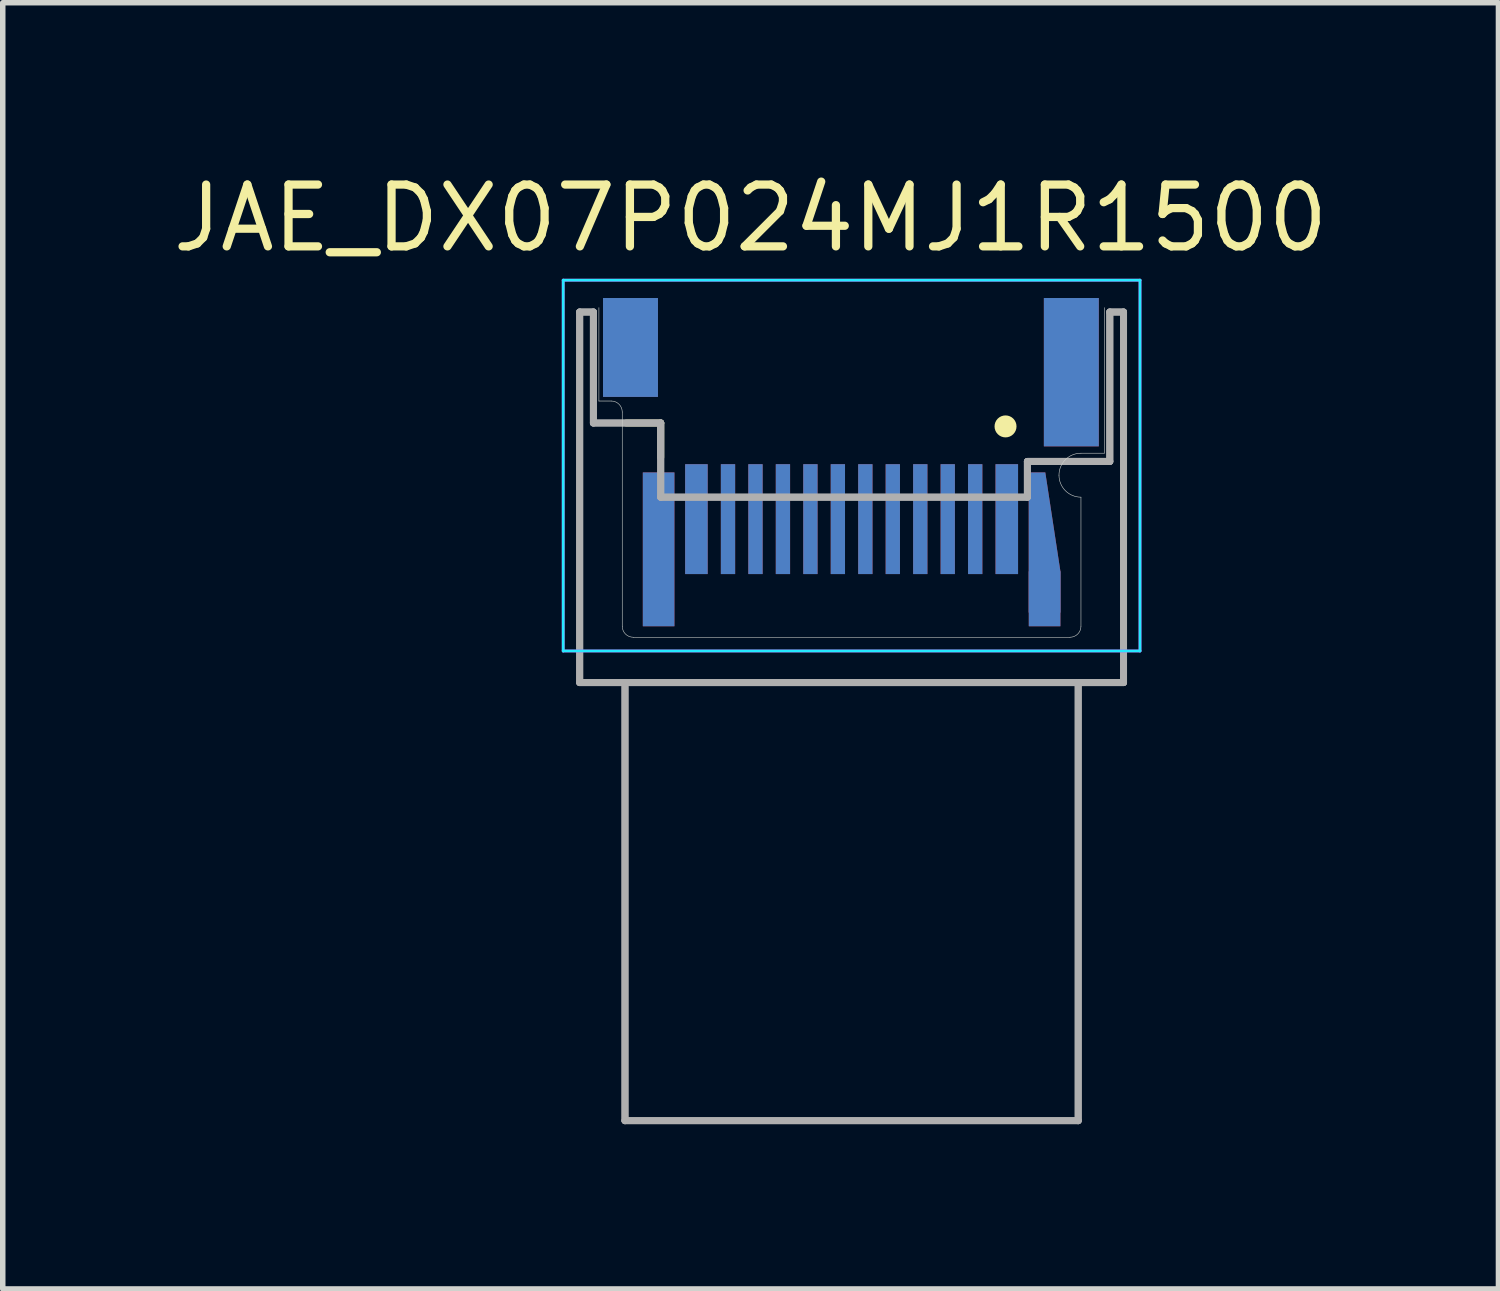
<source format=kicad_pcb>
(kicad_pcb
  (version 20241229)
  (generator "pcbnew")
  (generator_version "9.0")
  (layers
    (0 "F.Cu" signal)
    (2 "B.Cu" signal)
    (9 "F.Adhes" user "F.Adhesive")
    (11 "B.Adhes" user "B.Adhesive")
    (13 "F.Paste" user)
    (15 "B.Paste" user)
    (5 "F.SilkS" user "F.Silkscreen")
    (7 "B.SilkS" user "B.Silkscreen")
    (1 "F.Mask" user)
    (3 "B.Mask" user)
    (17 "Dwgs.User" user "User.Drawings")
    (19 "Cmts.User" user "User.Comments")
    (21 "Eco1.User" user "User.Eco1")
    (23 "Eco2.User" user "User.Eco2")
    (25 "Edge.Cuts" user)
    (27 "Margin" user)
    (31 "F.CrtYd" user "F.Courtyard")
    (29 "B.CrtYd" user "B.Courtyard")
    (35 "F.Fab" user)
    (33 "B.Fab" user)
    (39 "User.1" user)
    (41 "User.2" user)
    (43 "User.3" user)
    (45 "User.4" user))
  (footprint "JAE_DX07P024MJ1R1500"
    (layer "F.Cu")
    (at 12.452 8.55)
    (property "Reference" "JAE_DX07P024MJ1R1500" (at -1.839 -7.628 0) (layer "F.SilkS") (effects (font (size 1.125 1.125) (thickness 0.15))))
    (attr through_hole)
    (fp_poly (pts (xy 3.225 -0.45) (xy 3.225 -3) (xy 3.525 -3) (xy 3.8 -1.2) (xy 3.8 -0.45)) (stroke (width 0.001) (type solid)) (fill yes) (layer "F.Cu"))
    (fp_poly (pts (xy 3.9 -1.3) (xy 3.9 -1.2) (xy 3.125 -1.2) (xy 3.125 -3.125) (xy 3.55 -3.125)) (stroke (width 0.001) (type solid)) (fill yes) (layer "F.Mask"))
    (fp_poly (pts (xy 3.225 -0.45) (xy 3.225 -3) (xy 3.525 -3) (xy 3.8 -1.2) (xy 3.8 -0.45)) (stroke (width 0.001) (type solid)) (fill yes) (layer "B.Cu"))
    (fp_poly (pts (xy 3.9 -1.3) (xy 3.9 -1.2) (xy 3.125 -1.2) (xy 3.125 -3.125) (xy 3.55 -3.125)) (stroke (width 0.001) (type solid)) (fill yes) (layer "B.Mask"))
    (fp_line (start -4.1 -3.9) (end -3.475 -3.9) (stroke (width 0.127) (type solid)) (layer "F.SilkS"))
    (fp_line (start -3.475 -3.9) (end -3.475 -3.275) (stroke (width 0.127) (type solid)) (layer "F.SilkS"))
    (fp_circle (center 2.802 -3.838) (end 2.902 -3.838) (stroke (width 0.2) (type solid)) (fill no) (layer "F.SilkS"))
    (fp_poly (pts (xy 4.621 -1.443) (xy 4.621 -1.443) (xy 4.621 -1.443) (xy 4.621 -1.443) (xy 4.621 -1.443) (xy 4.621 -1.443) (xy 4.621 -1.443) (xy 4.621 -1.443) (xy 4.621 -1.443) (xy 4.621 -1.443) (xy 4.62 -1.443) (xy 4.62 -1.443) (xy 4.62 -1.443) (xy 4.62 -1.443) (xy 4.62 -1.443) (xy 4.62 -1.443) (xy 4.62 -1.443) (xy 4.62 -1.443) (xy 4.62 -1.443) (xy 4.62 -1.443) (xy 4.62 -1.442) (xy 4.62 -1.442) (xy 4.62 -1.442) (xy 4.62 -1.442) (xy 4.62 -1.442) (xy 4.62 -1.442) (xy 4.62 -1.442) (xy 4.62 -1.442) (xy 4.62 -1.442) (xy 4.62 -1.442) (xy 4.62 -1.442) (xy 4.621 -1.443)) (stroke (width 0.0001) (type solid)) (fill yes) (layer "F.Paste"))
    (fp_line (start -4.6 -6) (end -4.6 -4.3) (stroke (width 0.01) (type solid)) (layer "Edge.Cuts"))
    (fp_line (start -4.6 -4.3) (end -4.375 -4.3) (stroke (width 0.01) (type solid)) (layer "Edge.Cuts"))
    (fp_line (start -4.175 -4.1) (end -4.175 -0.2) (stroke (width 0.01) (type solid)) (layer "Edge.Cuts"))
    (fp_line (start -3.975 0) (end 3.975 0) (stroke (width 0.01) (type solid)) (layer "Edge.Cuts"))
    (fp_line (start 4.175 -3.35) (end 4.6 -3.35) (stroke (width 0.01) (type solid)) (layer "Edge.Cuts"))
    (fp_line (start 4.175 -0.2) (end 4.175 -2.55) (stroke (width 0.01) (type solid)) (layer "Edge.Cuts"))
    (fp_line (start 4.6 -3.35) (end 4.6 -6) (stroke (width 0.01) (type solid)) (layer "Edge.Cuts"))
    (fp_arc (start -4.374999 -4.300001) (mid -4.233578 -4.241422) (end -4.175 -4.1) (stroke (width 0.01) (type solid)) (layer "Edge.Cuts"))
    (fp_arc (start -3.975 0) (mid -4.116421 -0.058578) (end -4.174999 -0.199999) (stroke (width 0.01) (type solid)) (layer "Edge.Cuts"))
    (fp_arc (start 3.774998 -2.950002) (mid 3.892157 -3.232844) (end 4.175 -3.35) (stroke (width 0.01) (type solid)) (layer "Edge.Cuts"))
    (fp_arc (start 4.174998 -2.549998) (mid 3.892156 -2.667157) (end 3.775 -2.95) (stroke (width 0.01) (type solid)) (layer "Edge.Cuts"))
    (fp_arc (start 4.175 -0.2) (mid 4.116422 -0.058579) (end 3.975001 -0.000001) (stroke (width 0.01) (type solid)) (layer "Edge.Cuts"))
    (fp_line (start -5.25 -6.5) (end 5.25 -6.5) (stroke (width 0.05) (type solid)) (layer "B.CrtYd"))
    (fp_line (start -5.25 0.25) (end -5.25 -6.5) (stroke (width 0.05) (type solid)) (layer "B.CrtYd"))
    (fp_line (start 5.25 -6.5) (end 5.25 0.25) (stroke (width 0.05) (type solid)) (layer "B.CrtYd"))
    (fp_line (start 5.25 0.25) (end -5.25 0.25) (stroke (width 0.05) (type solid)) (layer "B.CrtYd"))
    (fp_line (start -5.25 -6.5) (end 5.25 -6.5) (stroke (width 0.05) (type solid)) (layer "F.CrtYd"))
    (fp_line (start -5.25 0.25) (end -5.25 -6.5) (stroke (width 0.05) (type solid)) (layer "F.CrtYd"))
    (fp_line (start 5.25 -6.5) (end 5.25 0.25) (stroke (width 0.05) (type solid)) (layer "F.CrtYd"))
    (fp_line (start 5.25 0.25) (end -5.25 0.25) (stroke (width 0.05) (type solid)) (layer "F.CrtYd"))
    (fp_line (start -4.95 -5.92) (end -4.7 -5.92) (stroke (width 0.127) (type solid)) (layer "F.Fab"))
    (fp_line (start -4.95 -5.92) (end -4.7 -5.92) (stroke (width 0.127) (type solid)) (layer "F.Fab"))
    (fp_line (start -4.95 0.825) (end -4.95 -5.92) (stroke (width 0.127) (type solid)) (layer "F.Fab"))
    (fp_line (start -4.95 0.825) (end -4.95 -5.92) (stroke (width 0.127) (type solid)) (layer "F.Fab"))
    (fp_line (start -4.7 -5.92) (end -4.7 -3.9) (stroke (width 0.127) (type solid)) (layer "F.Fab"))
    (fp_line (start -4.7 -5.92) (end -4.7 -3.9) (stroke (width 0.127) (type solid)) (layer "F.Fab"))
    (fp_line (start -4.7 -3.9) (end -3.475 -3.9) (stroke (width 0.127) (type solid)) (layer "F.Fab"))
    (fp_line (start -4.7 -3.9) (end -3.475 -3.9) (stroke (width 0.127) (type solid)) (layer "F.Fab"))
    (fp_line (start -4.125 0.9) (end -4.125 8.8) (stroke (width 0.127) (type solid)) (layer "F.Fab"))
    (fp_line (start -4.125 0.9) (end -4.125 8.8) (stroke (width 0.127) (type solid)) (layer "F.Fab"))
    (fp_line (start -4.125 8.8) (end 4.125 8.8) (stroke (width 0.127) (type solid)) (layer "F.Fab"))
    (fp_line (start -4.125 8.8) (end 4.125 8.8) (stroke (width 0.127) (type solid)) (layer "F.Fab"))
    (fp_line (start -3.475 -3.9) (end -3.475 -2.55) (stroke (width 0.127) (type solid)) (layer "F.Fab"))
    (fp_line (start -3.475 -3.9) (end -3.475 -2.55) (stroke (width 0.127) (type solid)) (layer "F.Fab"))
    (fp_line (start -3.475 -2.55) (end 3.2 -2.55) (stroke (width 0.127) (type solid)) (layer "F.Fab"))
    (fp_line (start -3.475 -2.55) (end 3.2 -2.55) (stroke (width 0.127) (type solid)) (layer "F.Fab"))
    (fp_line (start 3.2 -3.2) (end 4.7 -3.2) (stroke (width 0.127) (type solid)) (layer "F.Fab"))
    (fp_line (start 3.2 -3.2) (end 4.7 -3.2) (stroke (width 0.127) (type solid)) (layer "F.Fab"))
    (fp_line (start 3.2 -2.55) (end 3.2 -3.2) (stroke (width 0.127) (type solid)) (layer "F.Fab"))
    (fp_line (start 3.2 -2.55) (end 3.2 -3.2) (stroke (width 0.127) (type solid)) (layer "F.Fab"))
    (fp_line (start 4.125 0.825) (end -4.95 0.825) (stroke (width 0.127) (type solid)) (layer "F.Fab"))
    (fp_line (start 4.125 0.825) (end -4.95 0.825) (stroke (width 0.127) (type solid)) (layer "F.Fab"))
    (fp_line (start 4.125 8.8) (end 4.125 0.825) (stroke (width 0.127) (type solid)) (layer "F.Fab"))
    (fp_line (start 4.125 8.8) (end 4.125 0.825) (stroke (width 0.127) (type solid)) (layer "F.Fab"))
    (fp_line (start 4.7 -5.92) (end 4.95 -5.92) (stroke (width 0.127) (type solid)) (layer "F.Fab"))
    (fp_line (start 4.7 -5.92) (end 4.95 -5.92) (stroke (width 0.127) (type solid)) (layer "F.Fab"))
    (fp_line (start 4.7 -3.2) (end 4.7 -5.92) (stroke (width 0.127) (type solid)) (layer "F.Fab"))
    (fp_line (start 4.7 -3.2) (end 4.7 -5.92) (stroke (width 0.127) (type solid)) (layer "F.Fab"))
    (fp_line (start 4.95 -5.92) (end 4.95 0.825) (stroke (width 0.127) (type solid)) (layer "F.Fab"))
    (fp_line (start 4.95 -5.92) (end 4.95 0.825) (stroke (width 0.127) (type solid)) (layer "F.Fab"))
    (fp_line (start 4.95 0.825) (end 4.125 0.825) (stroke (width 0.127) (type solid)) (layer "F.Fab"))
    (fp_line (start 4.95 0.825) (end 4.125 0.825) (stroke (width 0.127) (type solid)) (layer "F.Fab"))
    (pad "A1" smd rect (at 2.825 -2.15) (size 0.41 2) (layers "F.Cu" "F.Mask" "F.Paste"))
    (pad "A2" smd rect (at 2.25 -2.15) (size 0.26 2) (layers "F.Cu" "F.Mask" "F.Paste"))
    (pad "A3" smd rect (at 1.75 -2.15) (size 0.26 2) (layers "F.Cu" "F.Mask" "F.Paste"))
    (pad "A4" smd rect (at 1.25 -2.15) (size 0.26 2) (layers "F.Cu" "F.Mask" "F.Paste"))
    (pad "A5" smd rect (at 0.75 -2.15) (size 0.26 2) (layers "F.Cu" "F.Mask" "F.Paste"))
    (pad "A6" smd rect (at 0.25 -2.15) (size 0.26 2) (layers "F.Cu" "F.Mask" "F.Paste"))
    (pad "A7" smd rect (at -0.25 -2.15) (size 0.26 2) (layers "F.Cu" "F.Mask" "F.Paste"))
    (pad "A8" smd rect (at -0.75 -2.15) (size 0.26 2) (layers "F.Cu" "F.Mask" "F.Paste"))
    (pad "A9" smd rect (at -1.25 -2.15) (size 0.26 2) (layers "F.Cu" "F.Mask" "F.Paste"))
    (pad "A10" smd rect (at -1.75 -2.15) (size 0.26 2) (layers "F.Cu" "F.Mask" "F.Paste"))
    (pad "A11" smd rect (at -2.25 -2.15) (size 0.26 2) (layers "F.Cu" "F.Mask" "F.Paste"))
    (pad "A12" smd rect (at -2.825 -2.15) (size 0.41 2) (layers "F.Cu" "F.Mask" "F.Paste"))
    (pad "B1" smd rect (at -2.825 -2.15) (size 0.41 2) (layers "B.Cu" "B.Mask" "B.Paste"))
    (pad "B2" smd rect (at -2.25 -2.15) (size 0.26 2) (layers "B.Cu" "B.Mask" "B.Paste"))
    (pad "B3" smd rect (at -1.75 -2.15) (size 0.26 2) (layers "B.Cu" "B.Mask" "B.Paste"))
    (pad "B4" smd rect (at -1.25 -2.15) (size 0.26 2) (layers "B.Cu" "B.Mask" "B.Paste"))
    (pad "B5" smd rect (at -0.75 -2.15) (size 0.26 2) (layers "B.Cu" "B.Mask" "B.Paste"))
    (pad "B6" smd rect (at -0.25 -2.15) (size 0.26 2) (layers "B.Cu" "B.Mask" "B.Paste"))
    (pad "B7" smd rect (at 0.25 -2.15) (size 0.26 2) (layers "B.Cu" "B.Mask" "B.Paste"))
    (pad "B8" smd rect (at 0.75 -2.15) (size 0.26 2) (layers "B.Cu" "B.Mask" "B.Paste"))
    (pad "B9" smd rect (at 1.25 -2.15) (size 0.26 2) (layers "B.Cu" "B.Mask" "B.Paste"))
    (pad "B10" smd rect (at 1.75 -2.15) (size 0.26 2) (layers "B.Cu" "B.Mask" "B.Paste"))
    (pad "B11" smd rect (at 2.25 -2.15) (size 0.26 2) (layers "B.Cu" "B.Mask" "B.Paste"))
    (pad "B12" smd rect (at 2.825 -2.15) (size 0.41 2) (layers "B.Cu" "B.Mask" "B.Paste"))
    (pad "S1" smd rect (at -3.513 -1.6) (size 0.575 2.8) (layers "F.Cu" "F.Mask"))
    (pad "S2" smd rect (at 3.513 -0.7) (size 0.575 1) (layers "F.Cu" "F.Mask"))
    (pad "S3" smd rect (at -4.025 -5.275) (size 1 1.8) (layers "F.Cu" "F.Mask" "F.Paste"))
    (pad "S4" smd rect (at 4 -4.825) (size 1 2.7) (layers "F.Cu" "F.Mask" "F.Paste"))
    (pad "S5" smd rect (at 4 -4.825) (size 1 2.7) (layers "B.Cu" "B.Mask" "B.Paste"))
    (pad "S6" smd rect (at -4.025 -5.275) (size 1 1.8) (layers "B.Cu" "B.Mask" "B.Paste"))
    (pad "S7" smd rect (at -3.513 -1.6) (size 0.575 2.8) (layers "B.Cu" "B.Mask"))
    (pad "S8" smd rect (at 3.513 -0.7) (size 0.575 1) (layers "B.Cu" "B.Mask")))
  (gr_rect
    (start -3 -3)
    (end 24.227 20.413)
    (stroke (width 0.1) (type default))
    (fill no)
    (layer "Edge.Cuts")))
</source>
